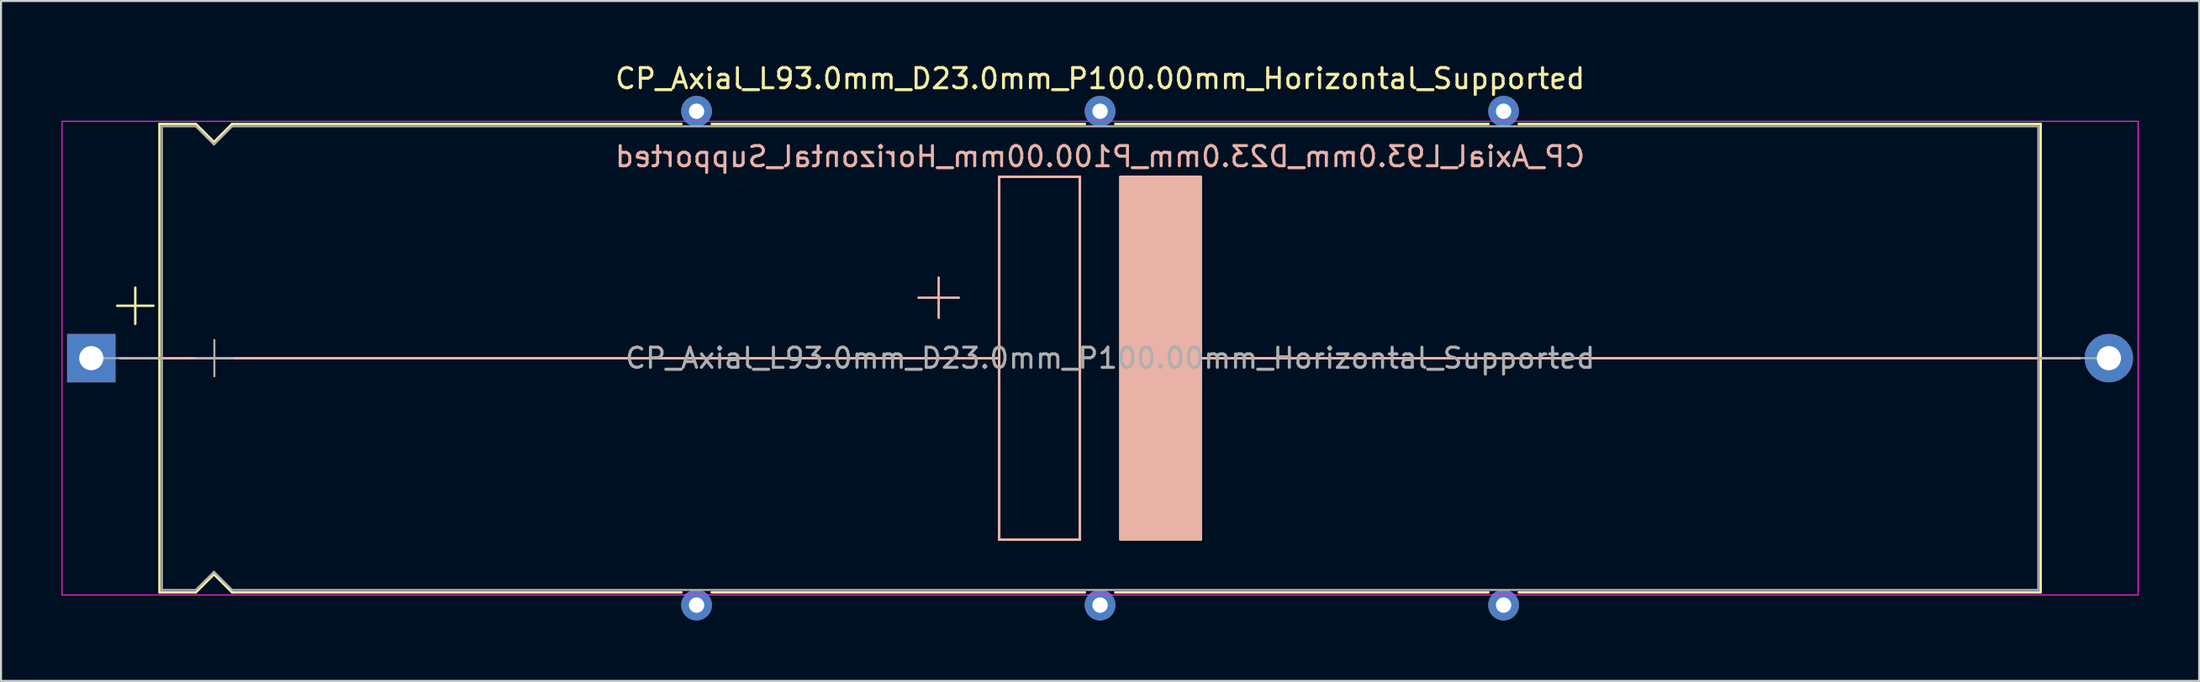
<source format=kicad_pcb>
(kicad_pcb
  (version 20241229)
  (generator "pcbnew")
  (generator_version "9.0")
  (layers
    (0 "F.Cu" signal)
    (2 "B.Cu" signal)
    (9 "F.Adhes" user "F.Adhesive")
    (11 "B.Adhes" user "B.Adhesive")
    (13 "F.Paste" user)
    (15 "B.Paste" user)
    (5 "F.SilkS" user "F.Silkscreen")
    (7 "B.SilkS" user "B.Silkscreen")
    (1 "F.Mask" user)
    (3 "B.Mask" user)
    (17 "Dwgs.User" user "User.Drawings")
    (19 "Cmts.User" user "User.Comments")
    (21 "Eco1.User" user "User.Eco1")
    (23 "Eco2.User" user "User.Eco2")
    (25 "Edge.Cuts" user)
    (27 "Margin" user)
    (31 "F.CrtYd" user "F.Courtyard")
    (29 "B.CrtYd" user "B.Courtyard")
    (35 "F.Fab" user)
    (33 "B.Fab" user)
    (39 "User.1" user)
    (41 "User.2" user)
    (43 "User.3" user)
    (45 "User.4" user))
  (footprint "CP_Axial_L93.0mm_D23.0mm_P100.00mm_Horizontal_Supported"
    (layer "F.Cu")
    (at 1.475 14.718)
    (property "Reference" "CP_Axial_L93.0mm_D23.0mm_P100.00mm_Horizontal_Supported" (at 50 -13.87 0) (layer "F.SilkS") (effects (font (size 1 1) (thickness 0.15))))
    (fp_line (start 1.28 -2.6) (end 3.08 -2.6) (stroke (width 0.12) (type solid)) (layer "F.SilkS"))
    (fp_line (start 1.44 0) (end 3.38 0) (stroke (width 0.12) (type solid)) (layer "F.SilkS"))
    (fp_line (start 2.18 -3.5) (end 2.18 -1.7) (stroke (width 0.12) (type solid)) (layer "F.SilkS"))
    (fp_line (start 3.38 -11.62) (end 3.38 11.62) (stroke (width 0.12) (type solid)) (layer "F.SilkS"))
    (fp_line (start 3.38 -11.62) (end 5.18 -11.62) (stroke (width 0.12) (type solid)) (layer "F.SilkS"))
    (fp_line (start 3.38 0) (end 45 0) (stroke (width 0.12) (type solid)) (layer "F.SilkS"))
    (fp_line (start 3.38 11.62) (end 5.18 11.62) (stroke (width 0.12) (type solid)) (layer "F.SilkS"))
    (fp_line (start 5.18 -11.62) (end 6.08 -10.72) (stroke (width 0.12) (type solid)) (layer "F.SilkS"))
    (fp_line (start 5.18 11.62) (end 6.08 10.72) (stroke (width 0.12) (type solid)) (layer "F.SilkS"))
    (fp_line (start 6.08 -10.72) (end 6.98 -11.62) (stroke (width 0.12) (type solid)) (layer "F.SilkS"))
    (fp_line (start 6.08 10.72) (end 6.98 11.62) (stroke (width 0.12) (type solid)) (layer "F.SilkS"))
    (fp_line (start 6.98 -11.62) (end 29.25 -11.62) (stroke (width 0.12) (type solid)) (layer "F.SilkS"))
    (fp_line (start 6.98 11.62) (end 29.25 11.62) (stroke (width 0.12) (type solid)) (layer "F.SilkS"))
    (fp_line (start 30.75 -11.62) (end 49.25 -11.62) (stroke (width 0.12) (type solid)) (layer "F.SilkS"))
    (fp_line (start 30.75 11.62) (end 49.25 11.62) (stroke (width 0.12) (type solid)) (layer "F.SilkS"))
    (fp_line (start 45 -9) (end 49 -9) (stroke (width 0.12) (type solid)) (layer "F.SilkS"))
    (fp_line (start 45 9) (end 45 -9) (stroke (width 0.12) (type solid)) (layer "F.SilkS"))
    (fp_line (start 49 -9) (end 49 9) (stroke (width 0.12) (type solid)) (layer "F.SilkS"))
    (fp_line (start 49 9) (end 45 9) (stroke (width 0.12) (type solid)) (layer "F.SilkS"))
    (fp_line (start 50.75 -11.62) (end 69.25 -11.62) (stroke (width 0.12) (type solid)) (layer "F.SilkS"))
    (fp_line (start 50.75 11.62) (end 69.25 11.62) (stroke (width 0.12) (type solid)) (layer "F.SilkS"))
    (fp_line (start 54.5 0) (end 96.62 0) (stroke (width 0.12) (type solid)) (layer "F.SilkS"))
    (fp_line (start 70.75 -11.62) (end 96.62 -11.62) (stroke (width 0.12) (type solid)) (layer "F.SilkS"))
    (fp_line (start 70.75 11.62) (end 96.62 11.62) (stroke (width 0.12) (type solid)) (layer "F.SilkS"))
    (fp_line (start 96.62 -11.62) (end 96.62 11.62) (stroke (width 0.12) (type solid)) (layer "F.SilkS"))
    (fp_line (start 98.56 0) (end 96.62 0) (stroke (width 0.12) (type solid)) (layer "F.SilkS"))
    (fp_poly (pts (xy 55 9) (xy 51 9) (xy 51 -9) (xy 55 -9)) (stroke (width 0.1) (type solid)) (fill yes) (layer "F.SilkS"))
    (fp_line (start 1.5 0) (end 16.88 0) (stroke (width 0.12) (type solid)) (layer "B.SilkS"))
    (fp_line (start 16.88 0) (end 45 0) (stroke (width 0.12) (type solid)) (layer "B.SilkS"))
    (fp_line (start 42 -2) (end 42 -4) (stroke (width 0.12) (type solid)) (layer "B.SilkS"))
    (fp_line (start 43 -3) (end 41 -3) (stroke (width 0.12) (type solid)) (layer "B.SilkS"))
    (fp_line (start 45 -9) (end 49 -9) (stroke (width 0.12) (type solid)) (layer "B.SilkS"))
    (fp_line (start 45 9) (end 45 -9) (stroke (width 0.12) (type solid)) (layer "B.SilkS"))
    (fp_line (start 49 -9) (end 49 9) (stroke (width 0.12) (type solid)) (layer "B.SilkS"))
    (fp_line (start 49 9) (end 45 9) (stroke (width 0.12) (type solid)) (layer "B.SilkS"))
    (fp_line (start 55 0) (end 84.12 0) (stroke (width 0.12) (type solid)) (layer "B.SilkS"))
    (fp_line (start 98.5 0) (end 84.12 0) (stroke (width 0.12) (type solid)) (layer "B.SilkS"))
    (fp_poly (pts (xy 55 9) (xy 51 9) (xy 51 -9) (xy 55 -9)) (stroke (width 0.1) (type solid)) (fill yes) (layer "B.SilkS"))
    (fp_line (start -1.45 -11.75) (end -1.45 11.75) (stroke (width 0.05) (type solid)) (layer "F.CrtYd"))
    (fp_line (start -1.45 11.75) (end 101.45 11.75) (stroke (width 0.05) (type solid)) (layer "F.CrtYd"))
    (fp_line (start 101.45 -11.75) (end -1.45 -11.75) (stroke (width 0.05) (type solid)) (layer "F.CrtYd"))
    (fp_line (start 101.45 11.75) (end 101.45 -11.75) (stroke (width 0.05) (type solid)) (layer "F.CrtYd"))
    (fp_line (start 0 0) (end 3.5 0) (stroke (width 0.1) (type solid)) (layer "F.Fab"))
    (fp_line (start 3.5 -11.5) (end 3.5 11.5) (stroke (width 0.1) (type solid)) (layer "F.Fab"))
    (fp_line (start 3.5 -11.5) (end 5.18 -11.5) (stroke (width 0.1) (type solid)) (layer "F.Fab"))
    (fp_line (start 3.5 11.5) (end 5.18 11.5) (stroke (width 0.1) (type solid)) (layer "F.Fab"))
    (fp_line (start 5.18 -11.5) (end 6.08 -10.6) (stroke (width 0.1) (type solid)) (layer "F.Fab"))
    (fp_line (start 5.18 11.5) (end 6.08 10.6) (stroke (width 0.1) (type solid)) (layer "F.Fab"))
    (fp_line (start 5.2 0) (end 7 0) (stroke (width 0.1) (type solid)) (layer "F.Fab"))
    (fp_line (start 6.08 -10.6) (end 6.98 -11.5) (stroke (width 0.1) (type solid)) (layer "F.Fab"))
    (fp_line (start 6.08 10.6) (end 6.98 11.5) (stroke (width 0.1) (type solid)) (layer "F.Fab"))
    (fp_line (start 6.1 -0.9) (end 6.1 0.9) (stroke (width 0.1) (type solid)) (layer "F.Fab"))
    (fp_line (start 6.98 -11.5) (end 96.5 -11.5) (stroke (width 0.1) (type solid)) (layer "F.Fab"))
    (fp_line (start 6.98 11.5) (end 96.5 11.5) (stroke (width 0.1) (type solid)) (layer "F.Fab"))
    (fp_line (start 96.5 -11.5) (end 96.5 11.5) (stroke (width 0.1) (type solid)) (layer "F.Fab"))
    (fp_line (start 100 0) (end 96.5 0) (stroke (width 0.1) (type solid)) (layer "F.Fab"))
    (fp_text user "${REFERENCE}" (at 50 -10 0) (layer "B.SilkS") (effects (font (size 1 1) (thickness 0.15)) (justify mirror)))
    (fp_text user "${REFERENCE}" (at 50.5 0 0) (layer "F.Fab") (effects (font (size 1 1) (thickness 0.15))))
    (pad "" thru_hole circle (at 30 -12.25) (size 1.524 1.524) (drill 0.762) (layers "*.Cu" "*.Mask"))
    (pad "" thru_hole circle (at 30 12.25) (size 1.524 1.524) (drill 0.762) (layers "*.Cu" "*.Mask"))
    (pad "" thru_hole circle (at 50 -12.25) (size 1.524 1.524) (drill 0.762) (layers "*.Cu" "*.Mask"))
    (pad "" thru_hole circle (at 50 12.25) (size 1.524 1.524) (drill 0.762) (layers "*.Cu" "*.Mask"))
    (pad "" thru_hole circle (at 70 -12.25) (size 1.524 1.524) (drill 0.762) (layers "*.Cu" "*.Mask"))
    (pad "" thru_hole circle (at 70 12.25) (size 1.524 1.524) (drill 0.762) (layers "*.Cu" "*.Mask"))
    (pad "1" thru_hole rect (at 0 0) (size 2.4 2.4) (drill 1.2) (layers "*.Cu" "*.Mask"))
    (pad "2" thru_hole oval (at 100 0) (size 2.4 2.4) (drill 1.2) (layers "*.Cu" "*.Mask")))
  (gr_rect
    (start -3 -3)
    (end 105.95 30.73)
    (stroke (width 0.1) (type default))
    (fill no)
    (layer "Edge.Cuts")))
</source>
